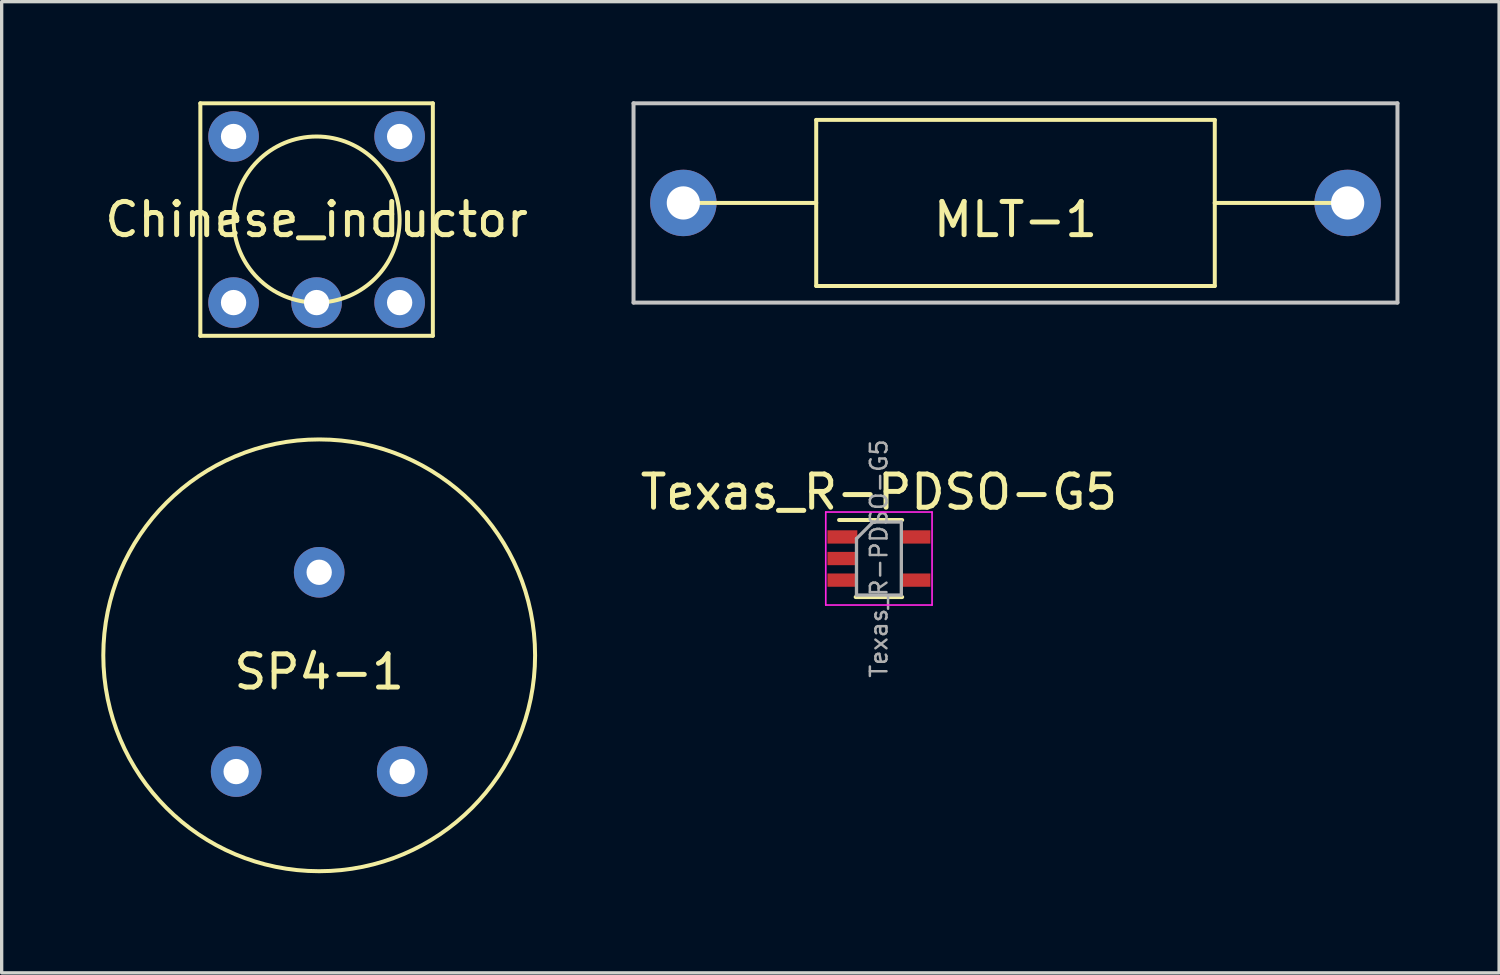
<source format=kicad_pcb>
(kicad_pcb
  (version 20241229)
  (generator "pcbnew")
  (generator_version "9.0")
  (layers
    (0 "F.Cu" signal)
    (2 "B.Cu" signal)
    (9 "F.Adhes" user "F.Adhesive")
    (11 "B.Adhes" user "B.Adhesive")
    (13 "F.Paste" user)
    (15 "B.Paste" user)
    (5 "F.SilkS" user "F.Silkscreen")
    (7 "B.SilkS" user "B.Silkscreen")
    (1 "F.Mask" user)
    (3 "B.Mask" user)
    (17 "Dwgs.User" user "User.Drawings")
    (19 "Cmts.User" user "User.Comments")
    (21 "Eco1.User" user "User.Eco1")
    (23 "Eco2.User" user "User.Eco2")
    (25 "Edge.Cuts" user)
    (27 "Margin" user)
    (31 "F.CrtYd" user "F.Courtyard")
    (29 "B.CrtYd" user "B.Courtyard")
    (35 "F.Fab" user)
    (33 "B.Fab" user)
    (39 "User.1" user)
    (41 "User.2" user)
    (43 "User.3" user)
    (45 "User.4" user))
  (footprint "Chinese_inductor"
    (layer "F.Cu")
    (at 6.482 3.56)
    (property "Reference" "Chinese_inductor" (at 0 0 0) (layer "F.SilkS") (effects (font (size 1 1) (thickness 0.15))))
    (attr through_hole)
    (fp_line (start -3.5 -3.5) (end 3.5 -3.5) (stroke (width 0.12) (type solid)) (layer "F.SilkS"))
    (fp_line (start -3.5 3.5) (end -3.5 -3.5) (stroke (width 0.12) (type solid)) (layer "F.SilkS"))
    (fp_line (start 3.5 -3.5) (end 3.5 3.5) (stroke (width 0.12) (type solid)) (layer "F.SilkS"))
    (fp_line (start 3.5 3.5) (end -3.5 3.5) (stroke (width 0.12) (type solid)) (layer "F.SilkS"))
    (fp_circle (center 0 0) (end 2.5 0) (stroke (width 0.12) (type solid)) (fill no) (layer "F.SilkS"))
    (pad "1" thru_hole circle (at -2.5 -2.5) (size 1.524 1.524) (drill 0.762) (layers "*.Cu" "*.Mask"))
    (pad "2" thru_hole circle (at 2.5 -2.5) (size 1.524 1.524) (drill 0.762) (layers "*.Cu" "*.Mask"))
    (pad "3" thru_hole circle (at -2.5 2.5) (size 1.524 1.524) (drill 0.762) (layers "*.Cu" "*.Mask"))
    (pad "4" thru_hole circle (at 2.5 2.5) (size 1.524 1.524) (drill 0.762) (layers "*.Cu" "*.Mask"))
    (pad "5" thru_hole circle (at 0 2.5) (size 1.524 1.524) (drill 0.762) (layers "*.Cu" "*.Mask")))
  (footprint "Texas_R-PDSO-G5"
    (layer "F.Cu")
    (at 23.412 13.766)
    (property "Reference" "Texas_R-PDSO-G5" (at 0 -2 0) (layer "F.SilkS") (effects (font (size 1 1) (thickness 0.15))))
    (attr smd)
    (fp_line (start -0.7 1.16) (end 0.7 1.16) (stroke (width 0.12) (type solid)) (layer "F.SilkS"))
    (fp_line (start 0.7 -1.16) (end -1.2 -1.16) (stroke (width 0.12) (type solid)) (layer "F.SilkS"))
    (fp_line (start -1.6 -1.4) (end -1.6 1.4) (stroke (width 0.05) (type solid)) (layer "F.CrtYd"))
    (fp_line (start -1.6 -1.4) (end 1.6 -1.4) (stroke (width 0.05) (type solid)) (layer "F.CrtYd"))
    (fp_line (start -1.6 1.4) (end 1.6 1.4) (stroke (width 0.05) (type solid)) (layer "F.CrtYd"))
    (fp_line (start 1.6 1.4) (end 1.6 -1.4) (stroke (width 0.05) (type solid)) (layer "F.CrtYd"))
    (fp_line (start -0.675 -0.6) (end -0.675 1.1) (stroke (width 0.1) (type solid)) (layer "F.Fab"))
    (fp_line (start -0.175 -1.1) (end -0.675 -0.6) (stroke (width 0.1) (type solid)) (layer "F.Fab"))
    (fp_line (start 0.675 -1.1) (end -0.175 -1.1) (stroke (width 0.1) (type solid)) (layer "F.Fab"))
    (fp_line (start 0.675 -1.1) (end 0.675 1.1) (stroke (width 0.1) (type solid)) (layer "F.Fab"))
    (fp_line (start 0.675 1.1) (end -0.675 1.1) (stroke (width 0.1) (type solid)) (layer "F.Fab"))
    (fp_text user "${REFERENCE}" (at 0 0 90) (layer "F.Fab") (effects (font (size 0.5 0.5) (thickness 0.075))))
    (pad "1" smd rect (at -1.1 -0.65) (size 0.9 0.4) (layers "F.Cu" "F.Mask" "F.Paste"))
    (pad "2" smd rect (at -1.1 0) (size 0.9 0.4) (layers "F.Cu" "F.Mask" "F.Paste"))
    (pad "3" smd rect (at -1.1 0.65) (size 0.9 0.4) (layers "F.Cu" "F.Mask" "F.Paste"))
    (pad "4" smd rect (at 1.1 0.65) (size 0.9 0.4) (layers "F.Cu" "F.Mask" "F.Paste"))
    (pad "5" smd rect (at 1.1 -0.65) (size 0.9 0.4) (layers "F.Cu" "F.Mask" "F.Paste")))
  (footprint "SP4-1"
    (layer "F.Cu")
    (at 6.56 16.68)
    (property "Reference" "SP4-1" (at 0 0.5 0) (layer "F.SilkS") (effects (font (size 1 1) (thickness 0.15))))
    (attr through_hole)
    (fp_circle (center 0 0) (end -6.5 0) (stroke (width 0.12) (type solid)) (fill no) (layer "F.SilkS"))
    (pad "1" thru_hole circle (at -2.5 3.5) (size 1.524 1.524) (drill 0.762) (layers "*.Cu" "*.Mask"))
    (pad "2" thru_hole circle (at 0 -2.5) (size 1.524 1.524) (drill 0.762) (layers "*.Cu" "*.Mask"))
    (pad "3" thru_hole circle (at 2.5 3.5) (size 1.524 1.524) (drill 0.762) (layers "*.Cu" "*.Mask")))
  (footprint "MLT-1"
    (layer "F.Cu")
    (at 27.524 3.06)
    (property "Reference" "MLT-1" (at 0 0.5 0) (layer "F.SilkS") (effects (font (size 1 1) (thickness 0.15))))
    (attr through_hole)
    (fp_line (start -6 -2.5) (end -6 2.5) (stroke (width 0.12) (type solid)) (layer "F.SilkS"))
    (fp_line (start -6 0) (end -10 0) (stroke (width 0.12) (type solid)) (layer "F.SilkS"))
    (fp_line (start -6 2.5) (end 6 2.5) (stroke (width 0.12) (type solid)) (layer "F.SilkS"))
    (fp_line (start 6 -2.5) (end -6 -2.5) (stroke (width 0.12) (type solid)) (layer "F.SilkS"))
    (fp_line (start 6 0) (end 6 -2.5) (stroke (width 0.12) (type solid)) (layer "F.SilkS"))
    (fp_line (start 6 0) (end 10 0) (stroke (width 0.12) (type solid)) (layer "F.SilkS"))
    (fp_line (start 6 2.5) (end 6 0) (stroke (width 0.12) (type solid)) (layer "F.SilkS"))
    (fp_line (start -11.5 -3) (end 11.5 -3) (stroke (width 0.12) (type solid)) (layer "Dwgs.User"))
    (fp_line (start -11.5 3) (end -11.5 -3) (stroke (width 0.12) (type solid)) (layer "Dwgs.User"))
    (fp_line (start 11.5 -3) (end 11.5 3) (stroke (width 0.12) (type solid)) (layer "Dwgs.User"))
    (fp_line (start 11.5 3) (end -11.5 3) (stroke (width 0.12) (type solid)) (layer "Dwgs.User"))
    (pad "1" thru_hole circle (at 10 0) (size 2 2) (drill 1) (layers "*.Cu" "*.Mask"))
    (pad "2" thru_hole circle (at -10 0) (size 2 2) (drill 1) (layers "*.Cu" "*.Mask")))
  (gr_rect
    (start -3 -3)
    (end 42.084 26.24)
    (stroke (width 0.1) (type default))
    (fill no)
    (layer "Edge.Cuts")))
</source>
